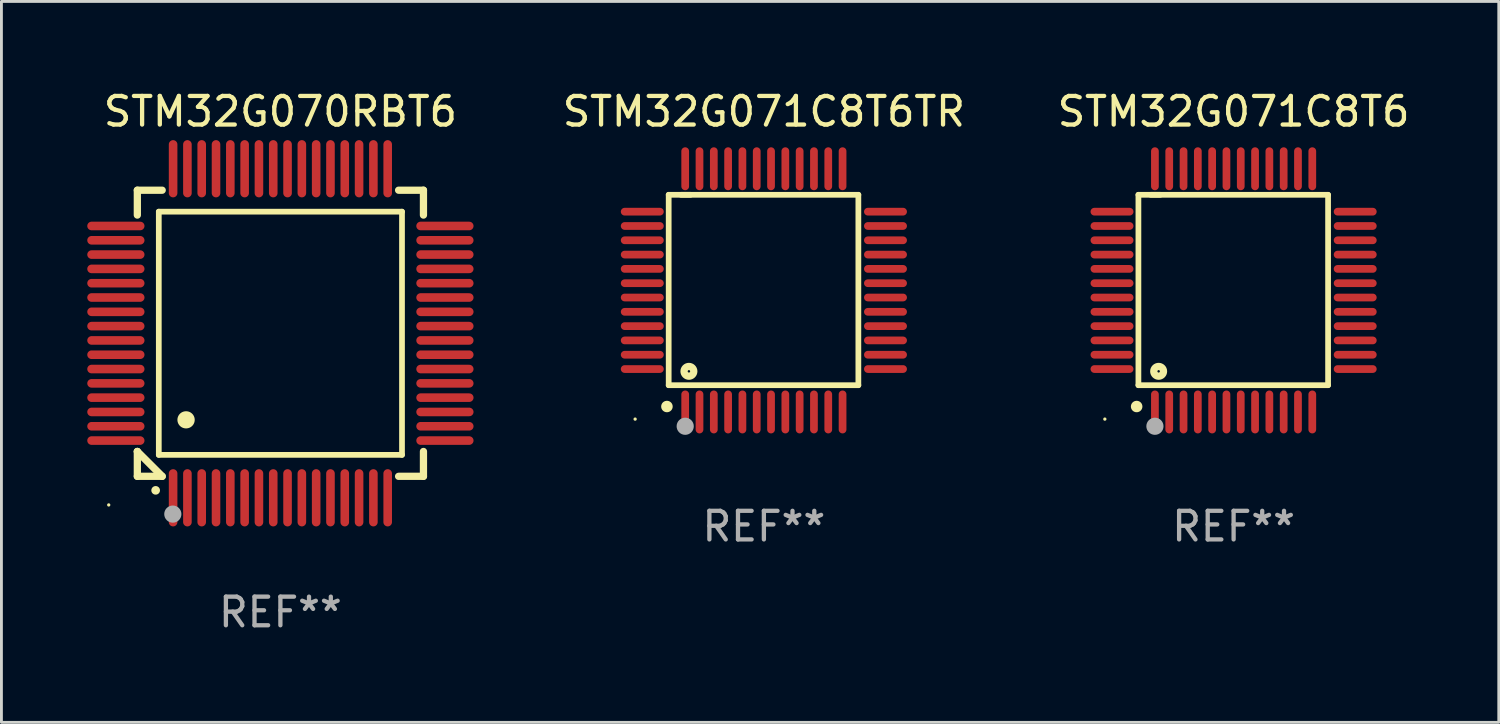
<source format=kicad_pcb>
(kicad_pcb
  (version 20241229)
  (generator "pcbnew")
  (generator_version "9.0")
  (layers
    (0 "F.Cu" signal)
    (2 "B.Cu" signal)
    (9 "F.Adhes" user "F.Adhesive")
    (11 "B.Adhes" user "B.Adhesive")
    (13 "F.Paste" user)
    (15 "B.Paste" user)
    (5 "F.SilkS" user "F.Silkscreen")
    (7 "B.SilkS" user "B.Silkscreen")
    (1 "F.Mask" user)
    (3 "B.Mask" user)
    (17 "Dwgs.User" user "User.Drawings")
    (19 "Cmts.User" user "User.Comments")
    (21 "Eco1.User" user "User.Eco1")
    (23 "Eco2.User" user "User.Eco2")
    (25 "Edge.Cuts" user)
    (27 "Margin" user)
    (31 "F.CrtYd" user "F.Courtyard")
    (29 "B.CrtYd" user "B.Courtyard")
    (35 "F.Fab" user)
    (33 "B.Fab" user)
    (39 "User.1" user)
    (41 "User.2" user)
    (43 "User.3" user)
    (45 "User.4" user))
  (footprint "STM32G071C8T6"
    (layer "F.Cu")
    (at 40.065 7.098)
    (property "Reference" "STM32G071C8T6" (at 0 -6.25 0) (layer "F.SilkS") (effects (font (size 1 1) (thickness 0.15))))
    (attr through_hole)
    (fp_line (start -3.327 -3.34) (end -2.565 -3.34) (stroke (width 0.2) (type solid)) (layer "F.SilkS"))
    (fp_line (start -3.327 3.315) (end -3.327 -3.34) (stroke (width 0.2) (type solid)) (layer "F.SilkS"))
    (fp_line (start -2.896 -3.34) (end 3.302 -3.34) (stroke (width 0.2) (type solid)) (layer "F.SilkS"))
    (fp_line (start 3.302 -3.34) (end 3.302 3.315) (stroke (width 0.2) (type solid)) (layer "F.SilkS"))
    (fp_line (start 3.302 3.315) (end -3.327 3.315) (stroke (width 0.2) (type solid)) (layer "F.SilkS"))
    (fp_arc (start -3.389992 4.059995) (mid -3.388722 4.059991) (end -3.387452 4.059995) (stroke (width 0.4) (type solid)) (layer "F.SilkS"))
    (fp_circle (center -4.5 4.5) (end -4.47 4.5) (stroke (width 0.06) (type solid)) (fill no) (layer "F.SilkS"))
    (fp_circle (center -2.62 2.83) (end -2.45 2.83) (stroke (width 0.254) (type solid)) (fill no) (layer "F.SilkS"))
    (fp_circle (center -2.75 4.75) (end -2.6 4.75) (stroke (width 0.3) (type solid)) (fill no) (layer "F.Fab"))
    (fp_text user "REF**" (at 0 8.25 0) (layer "F.Fab") (effects (font (size 1 1) (thickness 0.15))))
    (pad "1" smd oval (at -2.75 4.25) (size 0.27 1.5) (layers "F.Cu" "F.Mask" "F.Paste"))
    (pad "2" smd oval (at -2.25 4.25) (size 0.27 1.5) (layers "F.Cu" "F.Mask" "F.Paste"))
    (pad "3" smd oval (at -1.75 4.25) (size 0.27 1.5) (layers "F.Cu" "F.Mask" "F.Paste"))
    (pad "4" smd oval (at -1.25 4.25) (size 0.27 1.5) (layers "F.Cu" "F.Mask" "F.Paste"))
    (pad "5" smd oval (at -0.75 4.25) (size 0.27 1.5) (layers "F.Cu" "F.Mask" "F.Paste"))
    (pad "6" smd oval (at -0.25 4.25) (size 0.27 1.5) (layers "F.Cu" "F.Mask" "F.Paste"))
    (pad "7" smd oval (at 0.25 4.25) (size 0.27 1.5) (layers "F.Cu" "F.Mask" "F.Paste"))
    (pad "8" smd oval (at 0.75 4.25) (size 0.27 1.5) (layers "F.Cu" "F.Mask" "F.Paste"))
    (pad "9" smd oval (at 1.25 4.25) (size 0.27 1.5) (layers "F.Cu" "F.Mask" "F.Paste"))
    (pad "10" smd oval (at 1.75 4.25) (size 0.27 1.5) (layers "F.Cu" "F.Mask" "F.Paste"))
    (pad "11" smd oval (at 2.25 4.25) (size 0.27 1.5) (layers "F.Cu" "F.Mask" "F.Paste"))
    (pad "12" smd oval (at 2.75 4.25) (size 0.27 1.5) (layers "F.Cu" "F.Mask" "F.Paste"))
    (pad "13" smd oval (at 4.25 2.75) (size 1.5 0.27) (layers "F.Cu" "F.Mask" "F.Paste"))
    (pad "14" smd oval (at 4.25 2.25) (size 1.5 0.27) (layers "F.Cu" "F.Mask" "F.Paste"))
    (pad "15" smd oval (at 4.25 1.75) (size 1.5 0.27) (layers "F.Cu" "F.Mask" "F.Paste"))
    (pad "16" smd oval (at 4.25 1.25) (size 1.5 0.27) (layers "F.Cu" "F.Mask" "F.Paste"))
    (pad "17" smd oval (at 4.25 0.75) (size 1.5 0.27) (layers "F.Cu" "F.Mask" "F.Paste"))
    (pad "18" smd oval (at 4.25 0.25) (size 1.5 0.27) (layers "F.Cu" "F.Mask" "F.Paste"))
    (pad "19" smd oval (at 4.25 -0.25) (size 1.5 0.27) (layers "F.Cu" "F.Mask" "F.Paste"))
    (pad "20" smd oval (at 4.25 -0.75) (size 1.5 0.27) (layers "F.Cu" "F.Mask" "F.Paste"))
    (pad "21" smd oval (at 4.25 -1.25) (size 1.5 0.27) (layers "F.Cu" "F.Mask" "F.Paste"))
    (pad "22" smd oval (at 4.25 -1.75) (size 1.5 0.27) (layers "F.Cu" "F.Mask" "F.Paste"))
    (pad "23" smd oval (at 4.25 -2.25) (size 1.5 0.27) (layers "F.Cu" "F.Mask" "F.Paste"))
    (pad "24" smd oval (at 4.25 -2.75) (size 1.5 0.27) (layers "F.Cu" "F.Mask" "F.Paste"))
    (pad "25" smd oval (at 2.75 -4.25) (size 0.27 1.5) (layers "F.Cu" "F.Mask" "F.Paste"))
    (pad "26" smd oval (at 2.25 -4.25) (size 0.27 1.5) (layers "F.Cu" "F.Mask" "F.Paste"))
    (pad "27" smd oval (at 1.75 -4.25) (size 0.27 1.5) (layers "F.Cu" "F.Mask" "F.Paste"))
    (pad "28" smd oval (at 1.25 -4.25) (size 0.27 1.5) (layers "F.Cu" "F.Mask" "F.Paste"))
    (pad "29" smd oval (at 0.75 -4.25) (size 0.27 1.5) (layers "F.Cu" "F.Mask" "F.Paste"))
    (pad "30" smd oval (at 0.25 -4.25) (size 0.27 1.5) (layers "F.Cu" "F.Mask" "F.Paste"))
    (pad "31" smd oval (at -0.25 -4.25) (size 0.27 1.5) (layers "F.Cu" "F.Mask" "F.Paste"))
    (pad "32" smd oval (at -0.75 -4.25) (size 0.27 1.5) (layers "F.Cu" "F.Mask" "F.Paste"))
    (pad "33" smd oval (at -1.25 -4.25) (size 0.27 1.5) (layers "F.Cu" "F.Mask" "F.Paste"))
    (pad "34" smd oval (at -1.75 -4.25) (size 0.27 1.5) (layers "F.Cu" "F.Mask" "F.Paste"))
    (pad "35" smd oval (at -2.25 -4.25) (size 0.27 1.5) (layers "F.Cu" "F.Mask" "F.Paste"))
    (pad "36" smd oval (at -2.75 -4.25) (size 0.27 1.5) (layers "F.Cu" "F.Mask" "F.Paste"))
    (pad "37" smd oval (at -4.25 -2.75) (size 1.5 0.27) (layers "F.Cu" "F.Mask" "F.Paste"))
    (pad "38" smd oval (at -4.25 -2.25) (size 1.5 0.27) (layers "F.Cu" "F.Mask" "F.Paste"))
    (pad "39" smd oval (at -4.25 -1.75) (size 1.5 0.27) (layers "F.Cu" "F.Mask" "F.Paste"))
    (pad "40" smd oval (at -4.25 -1.25) (size 1.5 0.27) (layers "F.Cu" "F.Mask" "F.Paste"))
    (pad "41" smd oval (at -4.25 -0.75) (size 1.5 0.27) (layers "F.Cu" "F.Mask" "F.Paste"))
    (pad "42" smd oval (at -4.25 -0.25) (size 1.5 0.27) (layers "F.Cu" "F.Mask" "F.Paste"))
    (pad "43" smd oval (at -4.25 0.25) (size 1.5 0.27) (layers "F.Cu" "F.Mask" "F.Paste"))
    (pad "44" smd oval (at -4.25 0.75) (size 1.5 0.27) (layers "F.Cu" "F.Mask" "F.Paste"))
    (pad "45" smd oval (at -4.25 1.25) (size 1.5 0.27) (layers "F.Cu" "F.Mask" "F.Paste"))
    (pad "46" smd oval (at -4.25 1.75) (size 1.5 0.27) (layers "F.Cu" "F.Mask" "F.Paste"))
    (pad "47" smd oval (at -4.25 2.25) (size 1.5 0.27) (layers "F.Cu" "F.Mask" "F.Paste"))
    (pad "48" smd oval (at -4.25 2.75) (size 1.5 0.27) (layers "F.Cu" "F.Mask" "F.Paste")))
  (footprint "STM32G070RBT6"
    (layer "F.Cu")
    (at 6.75 8.598)
    (property "Reference" "STM32G070RBT6" (at 0 -7.75 0) (layer "F.SilkS") (effects (font (size 1 1) (thickness 0.15))))
    (attr through_hole)
    (fp_line (start -5 -5) (end -4.131 -5) (stroke (width 0.254) (type solid)) (layer "F.SilkS"))
    (fp_line (start -5 -4.131) (end -5 -5) (stroke (width 0.254) (type solid)) (layer "F.SilkS"))
    (fp_line (start -5 4.131) (end -5 4.131) (stroke (width 0.254) (type solid)) (layer "F.SilkS"))
    (fp_line (start -5 5) (end -5 4.131) (stroke (width 0.254) (type solid)) (layer "F.SilkS"))
    (fp_line (start -5 4.131) (end -4.131 5) (stroke (width 0.254) (type solid)) (layer "F.SilkS"))
    (fp_line (start -4.25 -4.25) (end -4.25 4.25) (stroke (width 0.2) (type solid)) (layer "F.SilkS"))
    (fp_line (start -4.25 4.25) (end 4.25 4.25) (stroke (width 0.2) (type solid)) (layer "F.SilkS"))
    (fp_line (start -4.131 5) (end -5 5) (stroke (width 0.254) (type solid)) (layer "F.SilkS"))
    (fp_line (start 4.25 -4.25) (end -4.25 -4.25) (stroke (width 0.2) (type solid)) (layer "F.SilkS"))
    (fp_line (start 4.25 4.25) (end 4.25 -4.25) (stroke (width 0.2) (type solid)) (layer "F.SilkS"))
    (fp_line (start 5 -5) (end 4.131 -5) (stroke (width 0.254) (type solid)) (layer "F.SilkS"))
    (fp_line (start 5 -5) (end 5 -4.131) (stroke (width 0.254) (type solid)) (layer "F.SilkS"))
    (fp_line (start 5 4.131) (end 5 5) (stroke (width 0.254) (type solid)) (layer "F.SilkS"))
    (fp_line (start 5 5) (end 4.131 5) (stroke (width 0.254) (type solid)) (layer "F.SilkS"))
    (fp_arc (start -4.361265 5.489992) (mid -4.359995 5.489987) (end -4.358725 5.489992) (stroke (width 0.3) (type solid)) (layer "F.SilkS"))
    (fp_arc (start -3.299467 3.025146) (mid -3.296927 3.025135) (end -3.294387 3.025146) (stroke (width 0.6) (type solid)) (layer "F.SilkS"))
    (fp_circle (center -6 6) (end -5.97 6) (stroke (width 0.06) (type solid)) (fill no) (layer "F.SilkS"))
    (fp_circle (center -3.76 6.32) (end -3.61 6.32) (stroke (width 0.3) (type solid)) (fill no) (layer "F.Fab"))
    (fp_text user "REF**" (at 0 9.75 0) (layer "F.Fab") (effects (font (size 1 1) (thickness 0.15))))
    (pad "1" smd oval (at -3.75 5.75) (size 0.3 2) (layers "F.Cu" "F.Mask" "F.Paste"))
    (pad "2" smd oval (at -3.25 5.75) (size 0.3 2) (layers "F.Cu" "F.Mask" "F.Paste"))
    (pad "3" smd oval (at -2.75 5.75) (size 0.3 2) (layers "F.Cu" "F.Mask" "F.Paste"))
    (pad "4" smd oval (at -2.25 5.75) (size 0.3 2) (layers "F.Cu" "F.Mask" "F.Paste"))
    (pad "5" smd oval (at -1.75 5.75) (size 0.3 2) (layers "F.Cu" "F.Mask" "F.Paste"))
    (pad "6" smd oval (at -1.25 5.75) (size 0.3 2) (layers "F.Cu" "F.Mask" "F.Paste"))
    (pad "7" smd oval (at -0.75 5.75) (size 0.3 2) (layers "F.Cu" "F.Mask" "F.Paste"))
    (pad "8" smd oval (at -0.25 5.75) (size 0.3 2) (layers "F.Cu" "F.Mask" "F.Paste"))
    (pad "9" smd oval (at 0.25 5.75) (size 0.3 2) (layers "F.Cu" "F.Mask" "F.Paste"))
    (pad "10" smd oval (at 0.75 5.75) (size 0.3 2) (layers "F.Cu" "F.Mask" "F.Paste"))
    (pad "11" smd oval (at 1.25 5.75) (size 0.3 2) (layers "F.Cu" "F.Mask" "F.Paste"))
    (pad "12" smd oval (at 1.75 5.75) (size 0.3 2) (layers "F.Cu" "F.Mask" "F.Paste"))
    (pad "13" smd oval (at 2.25 5.75) (size 0.3 2) (layers "F.Cu" "F.Mask" "F.Paste"))
    (pad "14" smd oval (at 2.75 5.75) (size 0.3 2) (layers "F.Cu" "F.Mask" "F.Paste"))
    (pad "15" smd oval (at 3.25 5.75) (size 0.3 2) (layers "F.Cu" "F.Mask" "F.Paste"))
    (pad "16" smd oval (at 3.75 5.75) (size 0.3 2) (layers "F.Cu" "F.Mask" "F.Paste"))
    (pad "17" smd oval (at 5.75 3.75) (size 2 0.3) (layers "F.Cu" "F.Mask" "F.Paste"))
    (pad "18" smd oval (at 5.75 3.25) (size 2 0.3) (layers "F.Cu" "F.Mask" "F.Paste"))
    (pad "19" smd oval (at 5.75 2.75) (size 2 0.3) (layers "F.Cu" "F.Mask" "F.Paste"))
    (pad "20" smd oval (at 5.75 2.25) (size 2 0.3) (layers "F.Cu" "F.Mask" "F.Paste"))
    (pad "21" smd oval (at 5.75 1.75) (size 2 0.3) (layers "F.Cu" "F.Mask" "F.Paste"))
    (pad "22" smd oval (at 5.75 1.25) (size 2 0.3) (layers "F.Cu" "F.Mask" "F.Paste"))
    (pad "23" smd oval (at 5.75 0.75) (size 2 0.3) (layers "F.Cu" "F.Mask" "F.Paste"))
    (pad "24" smd oval (at 5.75 0.25) (size 2 0.3) (layers "F.Cu" "F.Mask" "F.Paste"))
    (pad "25" smd oval (at 5.75 -0.25) (size 2 0.3) (layers "F.Cu" "F.Mask" "F.Paste"))
    (pad "26" smd oval (at 5.75 -0.75) (size 2 0.3) (layers "F.Cu" "F.Mask" "F.Paste"))
    (pad "27" smd oval (at 5.75 -1.25) (size 2 0.3) (layers "F.Cu" "F.Mask" "F.Paste"))
    (pad "28" smd oval (at 5.75 -1.75) (size 2 0.3) (layers "F.Cu" "F.Mask" "F.Paste"))
    (pad "29" smd oval (at 5.75 -2.25) (size 2 0.3) (layers "F.Cu" "F.Mask" "F.Paste"))
    (pad "30" smd oval (at 5.75 -2.75) (size 2 0.3) (layers "F.Cu" "F.Mask" "F.Paste"))
    (pad "31" smd oval (at 5.75 -3.25) (size 2 0.3) (layers "F.Cu" "F.Mask" "F.Paste"))
    (pad "32" smd oval (at 5.75 -3.75) (size 2 0.3) (layers "F.Cu" "F.Mask" "F.Paste"))
    (pad "33" smd oval (at 3.75 -5.75) (size 0.3 2) (layers "F.Cu" "F.Mask" "F.Paste"))
    (pad "34" smd oval (at 3.25 -5.75) (size 0.3 2) (layers "F.Cu" "F.Mask" "F.Paste"))
    (pad "35" smd oval (at 2.75 -5.75) (size 0.3 2) (layers "F.Cu" "F.Mask" "F.Paste"))
    (pad "36" smd oval (at 2.25 -5.75) (size 0.3 2) (layers "F.Cu" "F.Mask" "F.Paste"))
    (pad "37" smd oval (at 1.75 -5.75) (size 0.3 2) (layers "F.Cu" "F.Mask" "F.Paste"))
    (pad "38" smd oval (at 1.25 -5.75) (size 0.3 2) (layers "F.Cu" "F.Mask" "F.Paste"))
    (pad "39" smd oval (at 0.75 -5.75) (size 0.3 2) (layers "F.Cu" "F.Mask" "F.Paste"))
    (pad "40" smd oval (at 0.25 -5.75) (size 0.3 2) (layers "F.Cu" "F.Mask" "F.Paste"))
    (pad "41" smd oval (at -0.25 -5.75) (size 0.3 2) (layers "F.Cu" "F.Mask" "F.Paste"))
    (pad "42" smd oval (at -0.75 -5.75) (size 0.3 2) (layers "F.Cu" "F.Mask" "F.Paste"))
    (pad "43" smd oval (at -1.25 -5.75) (size 0.3 2) (layers "F.Cu" "F.Mask" "F.Paste"))
    (pad "44" smd oval (at -1.75 -5.75) (size 0.3 2) (layers "F.Cu" "F.Mask" "F.Paste"))
    (pad "45" smd oval (at -2.25 -5.75) (size 0.3 2) (layers "F.Cu" "F.Mask" "F.Paste"))
    (pad "46" smd oval (at -2.75 -5.75) (size 0.3 2) (layers "F.Cu" "F.Mask" "F.Paste"))
    (pad "47" smd oval (at -3.25 -5.75) (size 0.3 2) (layers "F.Cu" "F.Mask" "F.Paste"))
    (pad "48" smd oval (at -3.75 -5.75) (size 0.3 2) (layers "F.Cu" "F.Mask" "F.Paste"))
    (pad "49" smd oval (at -5.75 -3.75) (size 2 0.3) (layers "F.Cu" "F.Mask" "F.Paste"))
    (pad "50" smd oval (at -5.75 -3.25) (size 2 0.3) (layers "F.Cu" "F.Mask" "F.Paste"))
    (pad "51" smd oval (at -5.75 -2.75) (size 2 0.3) (layers "F.Cu" "F.Mask" "F.Paste"))
    (pad "52" smd oval (at -5.75 -2.25) (size 2 0.3) (layers "F.Cu" "F.Mask" "F.Paste"))
    (pad "53" smd oval (at -5.75 -1.75) (size 2 0.3) (layers "F.Cu" "F.Mask" "F.Paste"))
    (pad "54" smd oval (at -5.75 -1.25) (size 2 0.3) (layers "F.Cu" "F.Mask" "F.Paste"))
    (pad "55" smd oval (at -5.75 -0.75) (size 2 0.3) (layers "F.Cu" "F.Mask" "F.Paste"))
    (pad "56" smd oval (at -5.75 -0.25) (size 2 0.3) (layers "F.Cu" "F.Mask" "F.Paste"))
    (pad "57" smd oval (at -5.75 0.25) (size 2 0.3) (layers "F.Cu" "F.Mask" "F.Paste"))
    (pad "58" smd oval (at -5.75 0.75) (size 2 0.3) (layers "F.Cu" "F.Mask" "F.Paste"))
    (pad "59" smd oval (at -5.75 1.25) (size 2 0.3) (layers "F.Cu" "F.Mask" "F.Paste"))
    (pad "60" smd oval (at -5.75 1.75) (size 2 0.3) (layers "F.Cu" "F.Mask" "F.Paste"))
    (pad "61" smd oval (at -5.75 2.25) (size 2 0.3) (layers "F.Cu" "F.Mask" "F.Paste"))
    (pad "62" smd oval (at -5.75 2.75) (size 2 0.3) (layers "F.Cu" "F.Mask" "F.Paste"))
    (pad "63" smd oval (at -5.75 3.25) (size 2 0.3) (layers "F.Cu" "F.Mask" "F.Paste"))
    (pad "64" smd oval (at -5.75 3.75) (size 2 0.3) (layers "F.Cu" "F.Mask" "F.Paste")))
  (footprint "STM32G071C8T6TR"
    (layer "F.Cu")
    (at 23.648 7.098)
    (property "Reference" "STM32G071C8T6TR" (at 0 -6.25 0) (layer "F.SilkS") (effects (font (size 1 1) (thickness 0.15))))
    (attr through_hole)
    (fp_line (start -3.327 -3.34) (end -2.565 -3.34) (stroke (width 0.2) (type solid)) (layer "F.SilkS"))
    (fp_line (start -3.327 3.315) (end -3.327 -3.34) (stroke (width 0.2) (type solid)) (layer "F.SilkS"))
    (fp_line (start -2.896 -3.34) (end 3.302 -3.34) (stroke (width 0.2) (type solid)) (layer "F.SilkS"))
    (fp_line (start 3.302 -3.34) (end 3.302 3.315) (stroke (width 0.2) (type solid)) (layer "F.SilkS"))
    (fp_line (start 3.302 3.315) (end -3.327 3.315) (stroke (width 0.2) (type solid)) (layer "F.SilkS"))
    (fp_arc (start -3.389992 4.059995) (mid -3.388722 4.059991) (end -3.387452 4.059995) (stroke (width 0.4) (type solid)) (layer "F.SilkS"))
    (fp_circle (center -4.5 4.5) (end -4.47 4.5) (stroke (width 0.06) (type solid)) (fill no) (layer "F.SilkS"))
    (fp_circle (center -2.62 2.83) (end -2.45 2.83) (stroke (width 0.254) (type solid)) (fill no) (layer "F.SilkS"))
    (fp_circle (center -2.75 4.75) (end -2.6 4.75) (stroke (width 0.3) (type solid)) (fill no) (layer "F.Fab"))
    (fp_text user "REF**" (at 0 8.25 0) (layer "F.Fab") (effects (font (size 1 1) (thickness 0.15))))
    (pad "1" smd oval (at -2.75 4.25) (size 0.27 1.5) (layers "F.Cu" "F.Mask" "F.Paste"))
    (pad "2" smd oval (at -2.25 4.25) (size 0.27 1.5) (layers "F.Cu" "F.Mask" "F.Paste"))
    (pad "3" smd oval (at -1.75 4.25) (size 0.27 1.5) (layers "F.Cu" "F.Mask" "F.Paste"))
    (pad "4" smd oval (at -1.25 4.25) (size 0.27 1.5) (layers "F.Cu" "F.Mask" "F.Paste"))
    (pad "5" smd oval (at -0.75 4.25) (size 0.27 1.5) (layers "F.Cu" "F.Mask" "F.Paste"))
    (pad "6" smd oval (at -0.25 4.25) (size 0.27 1.5) (layers "F.Cu" "F.Mask" "F.Paste"))
    (pad "7" smd oval (at 0.25 4.25) (size 0.27 1.5) (layers "F.Cu" "F.Mask" "F.Paste"))
    (pad "8" smd oval (at 0.75 4.25) (size 0.27 1.5) (layers "F.Cu" "F.Mask" "F.Paste"))
    (pad "9" smd oval (at 1.25 4.25) (size 0.27 1.5) (layers "F.Cu" "F.Mask" "F.Paste"))
    (pad "10" smd oval (at 1.75 4.25) (size 0.27 1.5) (layers "F.Cu" "F.Mask" "F.Paste"))
    (pad "11" smd oval (at 2.25 4.25) (size 0.27 1.5) (layers "F.Cu" "F.Mask" "F.Paste"))
    (pad "12" smd oval (at 2.75 4.25) (size 0.27 1.5) (layers "F.Cu" "F.Mask" "F.Paste"))
    (pad "13" smd oval (at 4.25 2.75) (size 1.5 0.27) (layers "F.Cu" "F.Mask" "F.Paste"))
    (pad "14" smd oval (at 4.25 2.25) (size 1.5 0.27) (layers "F.Cu" "F.Mask" "F.Paste"))
    (pad "15" smd oval (at 4.25 1.75) (size 1.5 0.27) (layers "F.Cu" "F.Mask" "F.Paste"))
    (pad "16" smd oval (at 4.25 1.25) (size 1.5 0.27) (layers "F.Cu" "F.Mask" "F.Paste"))
    (pad "17" smd oval (at 4.25 0.75) (size 1.5 0.27) (layers "F.Cu" "F.Mask" "F.Paste"))
    (pad "18" smd oval (at 4.25 0.25) (size 1.5 0.27) (layers "F.Cu" "F.Mask" "F.Paste"))
    (pad "19" smd oval (at 4.25 -0.25) (size 1.5 0.27) (layers "F.Cu" "F.Mask" "F.Paste"))
    (pad "20" smd oval (at 4.25 -0.75) (size 1.5 0.27) (layers "F.Cu" "F.Mask" "F.Paste"))
    (pad "21" smd oval (at 4.25 -1.25) (size 1.5 0.27) (layers "F.Cu" "F.Mask" "F.Paste"))
    (pad "22" smd oval (at 4.25 -1.75) (size 1.5 0.27) (layers "F.Cu" "F.Mask" "F.Paste"))
    (pad "23" smd oval (at 4.25 -2.25) (size 1.5 0.27) (layers "F.Cu" "F.Mask" "F.Paste"))
    (pad "24" smd oval (at 4.25 -2.75) (size 1.5 0.27) (layers "F.Cu" "F.Mask" "F.Paste"))
    (pad "25" smd oval (at 2.75 -4.25) (size 0.27 1.5) (layers "F.Cu" "F.Mask" "F.Paste"))
    (pad "26" smd oval (at 2.25 -4.25) (size 0.27 1.5) (layers "F.Cu" "F.Mask" "F.Paste"))
    (pad "27" smd oval (at 1.75 -4.25) (size 0.27 1.5) (layers "F.Cu" "F.Mask" "F.Paste"))
    (pad "28" smd oval (at 1.25 -4.25) (size 0.27 1.5) (layers "F.Cu" "F.Mask" "F.Paste"))
    (pad "29" smd oval (at 0.75 -4.25) (size 0.27 1.5) (layers "F.Cu" "F.Mask" "F.Paste"))
    (pad "30" smd oval (at 0.25 -4.25) (size 0.27 1.5) (layers "F.Cu" "F.Mask" "F.Paste"))
    (pad "31" smd oval (at -0.25 -4.25) (size 0.27 1.5) (layers "F.Cu" "F.Mask" "F.Paste"))
    (pad "32" smd oval (at -0.75 -4.25) (size 0.27 1.5) (layers "F.Cu" "F.Mask" "F.Paste"))
    (pad "33" smd oval (at -1.25 -4.25) (size 0.27 1.5) (layers "F.Cu" "F.Mask" "F.Paste"))
    (pad "34" smd oval (at -1.75 -4.25) (size 0.27 1.5) (layers "F.Cu" "F.Mask" "F.Paste"))
    (pad "35" smd oval (at -2.25 -4.25) (size 0.27 1.5) (layers "F.Cu" "F.Mask" "F.Paste"))
    (pad "36" smd oval (at -2.75 -4.25) (size 0.27 1.5) (layers "F.Cu" "F.Mask" "F.Paste"))
    (pad "37" smd oval (at -4.25 -2.75) (size 1.5 0.27) (layers "F.Cu" "F.Mask" "F.Paste"))
    (pad "38" smd oval (at -4.25 -2.25) (size 1.5 0.27) (layers "F.Cu" "F.Mask" "F.Paste"))
    (pad "39" smd oval (at -4.25 -1.75) (size 1.5 0.27) (layers "F.Cu" "F.Mask" "F.Paste"))
    (pad "40" smd oval (at -4.25 -1.25) (size 1.5 0.27) (layers "F.Cu" "F.Mask" "F.Paste"))
    (pad "41" smd oval (at -4.25 -0.75) (size 1.5 0.27) (layers "F.Cu" "F.Mask" "F.Paste"))
    (pad "42" smd oval (at -4.25 -0.25) (size 1.5 0.27) (layers "F.Cu" "F.Mask" "F.Paste"))
    (pad "43" smd oval (at -4.25 0.25) (size 1.5 0.27) (layers "F.Cu" "F.Mask" "F.Paste"))
    (pad "44" smd oval (at -4.25 0.75) (size 1.5 0.27) (layers "F.Cu" "F.Mask" "F.Paste"))
    (pad "45" smd oval (at -4.25 1.25) (size 1.5 0.27) (layers "F.Cu" "F.Mask" "F.Paste"))
    (pad "46" smd oval (at -4.25 1.75) (size 1.5 0.27) (layers "F.Cu" "F.Mask" "F.Paste"))
    (pad "47" smd oval (at -4.25 2.25) (size 1.5 0.27) (layers "F.Cu" "F.Mask" "F.Paste"))
    (pad "48" smd oval (at -4.25 2.75) (size 1.5 0.27) (layers "F.Cu" "F.Mask" "F.Paste")))
  (gr_rect
    (start -3 -3)
    (end 49.333 22.196)
    (stroke (width 0.1) (type default))
    (fill no)
    (layer "Edge.Cuts")))
</source>
